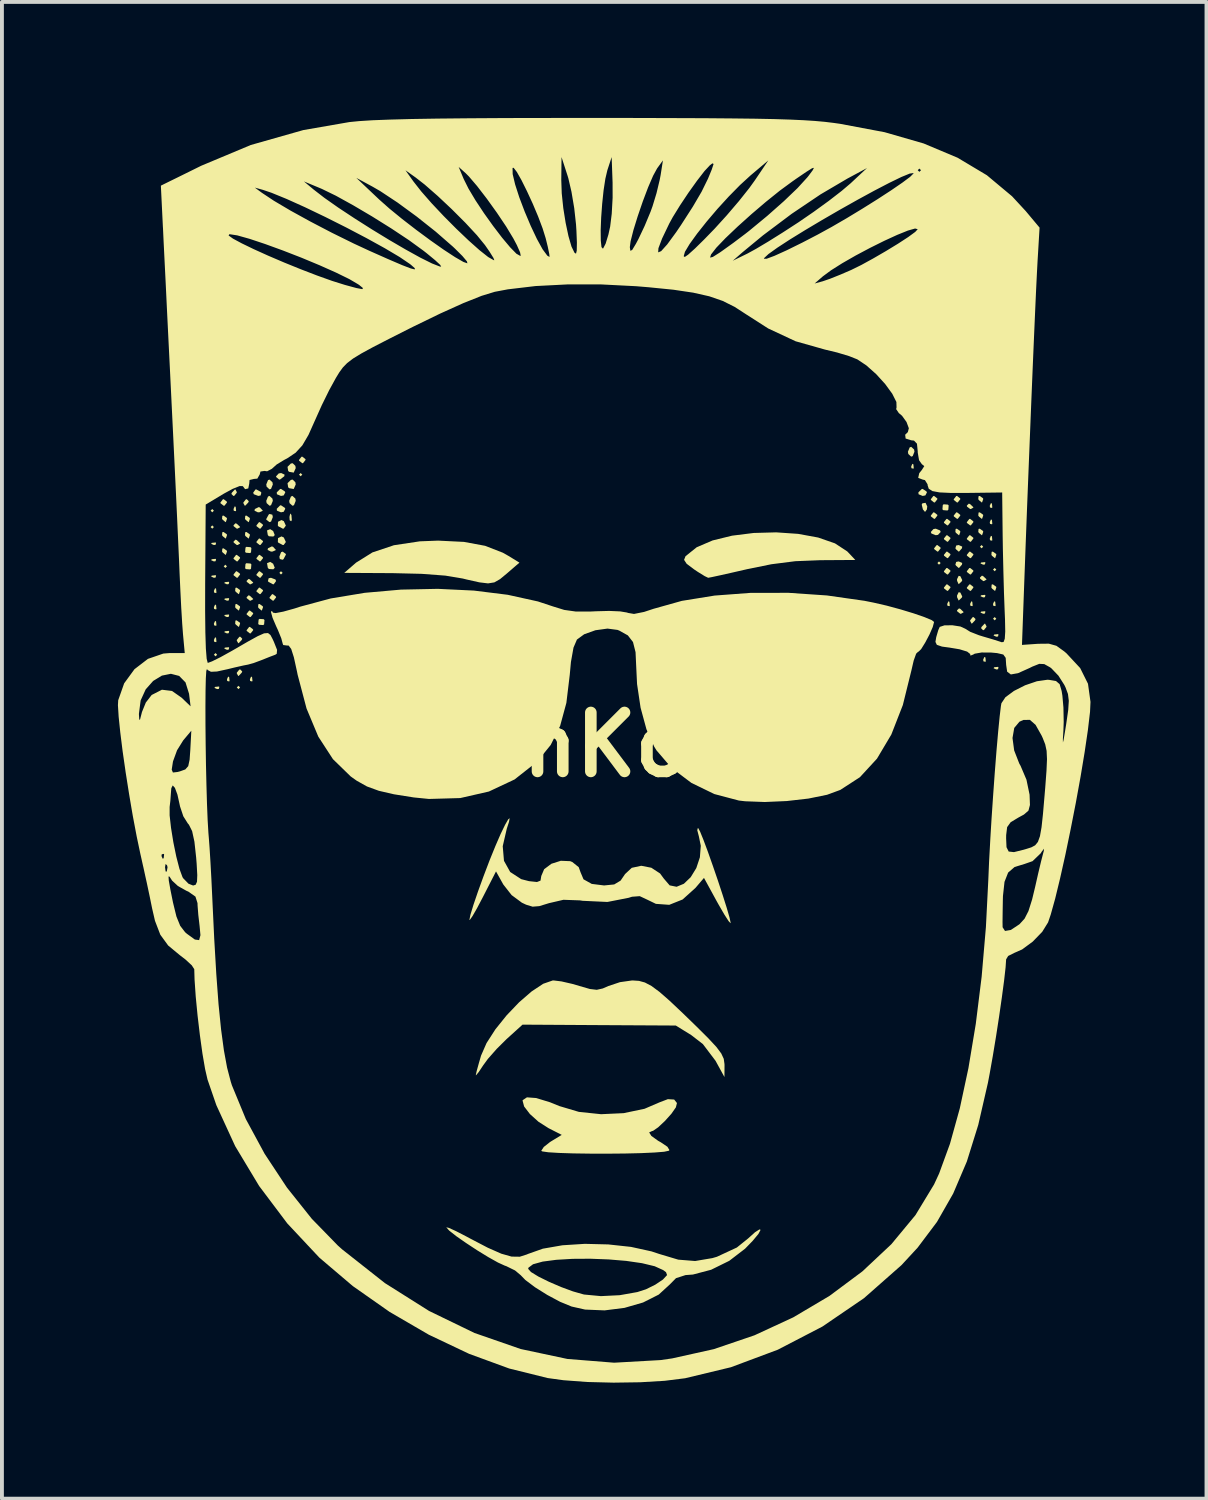
<source format=kicad_pcb>
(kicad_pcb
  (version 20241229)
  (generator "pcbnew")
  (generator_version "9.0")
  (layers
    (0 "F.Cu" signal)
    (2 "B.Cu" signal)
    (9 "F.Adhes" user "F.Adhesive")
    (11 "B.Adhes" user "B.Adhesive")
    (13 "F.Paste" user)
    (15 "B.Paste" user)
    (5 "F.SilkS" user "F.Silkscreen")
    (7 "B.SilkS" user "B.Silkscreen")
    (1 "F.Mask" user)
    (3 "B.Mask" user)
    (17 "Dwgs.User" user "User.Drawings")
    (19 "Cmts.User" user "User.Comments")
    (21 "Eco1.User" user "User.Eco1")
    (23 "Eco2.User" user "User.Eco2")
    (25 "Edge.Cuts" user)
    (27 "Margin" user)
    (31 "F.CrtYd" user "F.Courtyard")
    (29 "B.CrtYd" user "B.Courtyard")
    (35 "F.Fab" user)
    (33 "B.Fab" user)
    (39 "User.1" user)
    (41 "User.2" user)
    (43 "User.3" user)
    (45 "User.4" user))
  (footprint "KimKong"
    (layer "F.Cu")
    (at 12.557 16.211)
    (property "Reference" "KimKong" (at 0 0 0) (layer "F.SilkS") (effects (font (size 1.524 1.524) (thickness 0.3))))
    (attr through_hole)
    (fp_poly (pts (xy -10.075 -6.054) (xy -10.118 -6.011) (xy -10.16 -6.054) (xy -10.118 -6.096)) (stroke (width 0) (type solid)) (fill yes) (layer "F.SilkS"))
    (fp_poly (pts (xy -10.075 -5.63) (xy -10.118 -5.588) (xy -10.16 -5.63) (xy -10.118 -5.673)) (stroke (width 0) (type solid)) (fill yes) (layer "F.SilkS"))
    (fp_poly (pts (xy -9.991 -2.328) (xy -10.033 -2.286) (xy -10.075 -2.328) (xy -10.033 -2.371)) (stroke (width 0) (type solid)) (fill yes) (layer "F.SilkS"))
    (fp_poly (pts (xy -9.737 -4.614) (xy -9.779 -4.572) (xy -9.821 -4.614) (xy -9.779 -4.657)) (stroke (width 0) (type solid)) (fill yes) (layer "F.SilkS"))
    (fp_poly (pts (xy -9.398 -1.482) (xy -9.44 -1.439) (xy -9.483 -1.482) (xy -9.44 -1.524)) (stroke (width 0) (type solid)) (fill yes) (layer "F.SilkS"))
    (fp_poly (pts (xy -8.297 -4.445) (xy -8.34 -4.403) (xy -8.382 -4.445) (xy -8.34 -4.487)) (stroke (width 0) (type solid)) (fill yes) (layer "F.SilkS"))
    (fp_poly (pts (xy -7.789 -6.985) (xy -7.832 -6.943) (xy -7.874 -6.985) (xy -7.832 -7.027)) (stroke (width 0) (type solid)) (fill yes) (layer "F.SilkS"))
    (fp_poly (pts (xy 8.721 -4.699) (xy 8.678 -4.657) (xy 8.636 -4.699) (xy 8.678 -4.741)) (stroke (width 0) (type solid)) (fill yes) (layer "F.SilkS"))
    (fp_poly (pts (xy 9.821 -5.122) (xy 9.779 -5.08) (xy 9.737 -5.122) (xy 9.779 -5.165)) (stroke (width 0) (type solid)) (fill yes) (layer "F.SilkS"))
    (fp_poly (pts (xy 10.16 -4.53) (xy 10.118 -4.487) (xy 10.075 -4.53) (xy 10.118 -4.572)) (stroke (width 0) (type solid)) (fill yes) (layer "F.SilkS"))
    (fp_poly (pts (xy 10.16 -3.26) (xy 10.118 -3.217) (xy 10.075 -3.26) (xy 10.118 -3.302)) (stroke (width 0) (type solid)) (fill yes) (layer "F.SilkS"))
    (fp_poly (pts (xy -10.019 -5.221) (xy -10.031 -5.171) (xy -10.075 -5.165) (xy -10.145 -5.196) (xy -10.132 -5.221) (xy -10.031 -5.231)) (stroke (width 0) (type solid)) (fill yes) (layer "F.SilkS"))
    (fp_poly (pts (xy -10.019 -4.798) (xy -10.031 -4.747) (xy -10.075 -4.741) (xy -10.145 -4.772) (xy -10.132 -4.798) (xy -10.031 -4.808)) (stroke (width 0) (type solid)) (fill yes) (layer "F.SilkS"))
    (fp_poly (pts (xy -10.019 -4.374) (xy -10.031 -4.324) (xy -10.075 -4.318) (xy -10.145 -4.349) (xy -10.132 -4.374) (xy -10.031 -4.385)) (stroke (width 0) (type solid)) (fill yes) (layer "F.SilkS"))
    (fp_poly (pts (xy -10.019 -4.036) (xy -10.009 -3.935) (xy -10.019 -3.923) (xy -10.069 -3.935) (xy -10.075 -3.979) (xy -10.044 -4.049)) (stroke (width 0) (type solid)) (fill yes) (layer "F.SilkS"))
    (fp_poly (pts (xy -10.019 -3.612) (xy -10.009 -3.512) (xy -10.019 -3.5) (xy -10.069 -3.511) (xy -10.075 -3.556) (xy -10.044 -3.626)) (stroke (width 0) (type solid)) (fill yes) (layer "F.SilkS"))
    (fp_poly (pts (xy -10.019 -3.189) (xy -10.009 -3.089) (xy -10.019 -3.076) (xy -10.069 -3.088) (xy -10.075 -3.133) (xy -10.044 -3.202)) (stroke (width 0) (type solid)) (fill yes) (layer "F.SilkS"))
    (fp_poly (pts (xy -10.019 -2.766) (xy -10.009 -2.665) (xy -10.019 -2.653) (xy -10.069 -2.665) (xy -10.075 -2.709) (xy -10.044 -2.779)) (stroke (width 0) (type solid)) (fill yes) (layer "F.SilkS"))
    (fp_poly (pts (xy -9.934 -1.496) (xy -9.946 -1.445) (xy -9.991 -1.439) (xy -10.06 -1.47) (xy -10.047 -1.496) (xy -9.947 -1.506)) (stroke (width 0) (type solid)) (fill yes) (layer "F.SilkS"))
    (fp_poly (pts (xy -9.68 -4.205) (xy -9.692 -4.155) (xy -9.737 -4.149) (xy -9.806 -4.18) (xy -9.793 -4.205) (xy -9.693 -4.215)) (stroke (width 0) (type solid)) (fill yes) (layer "F.SilkS"))
    (fp_poly (pts (xy -9.68 -3.782) (xy -9.692 -3.731) (xy -9.737 -3.725) (xy -9.806 -3.756) (xy -9.793 -3.782) (xy -9.693 -3.792)) (stroke (width 0) (type solid)) (fill yes) (layer "F.SilkS"))
    (fp_poly (pts (xy -9.68 -3.358) (xy -9.692 -3.308) (xy -9.737 -3.302) (xy -9.806 -3.333) (xy -9.793 -3.358) (xy -9.693 -3.369)) (stroke (width 0) (type solid)) (fill yes) (layer "F.SilkS"))
    (fp_poly (pts (xy -9.68 -2.935) (xy -9.692 -2.885) (xy -9.737 -2.879) (xy -9.806 -2.91) (xy -9.793 -2.935) (xy -9.693 -2.945)) (stroke (width 0) (type solid)) (fill yes) (layer "F.SilkS"))
    (fp_poly (pts (xy -9.68 -2.512) (xy -9.692 -2.461) (xy -9.737 -2.455) (xy -9.806 -2.486) (xy -9.793 -2.512) (xy -9.693 -2.522)) (stroke (width 0) (type solid)) (fill yes) (layer "F.SilkS"))
    (fp_poly (pts (xy -9.68 -1.75) (xy -9.67 -1.649) (xy -9.68 -1.637) (xy -9.731 -1.649) (xy -9.737 -1.693) (xy -9.706 -1.763)) (stroke (width 0) (type solid)) (fill yes) (layer "F.SilkS"))
    (fp_poly (pts (xy -9.511 -6.152) (xy -9.501 -6.052) (xy -9.511 -6.04) (xy -9.561 -6.051) (xy -9.567 -6.096) (xy -9.536 -6.166)) (stroke (width 0) (type solid)) (fill yes) (layer "F.SilkS"))
    (fp_poly (pts (xy -9.088 -1.75) (xy -9.077 -1.649) (xy -9.088 -1.637) (xy -9.138 -1.649) (xy -9.144 -1.693) (xy -9.113 -1.763)) (stroke (width 0) (type solid)) (fill yes) (layer "F.SilkS"))
    (fp_poly (pts (xy -8.07 -5.943) (xy -8.06 -5.81) (xy -8.077 -5.78) (xy -8.115 -5.806) (xy -8.121 -5.891) (xy -8.101 -5.982)) (stroke (width 0) (type solid)) (fill yes) (layer "F.SilkS"))
    (fp_poly (pts (xy 8.015 -7.253) (xy 8.025 -7.153) (xy 8.015 -7.14) (xy 7.965 -7.152) (xy 7.959 -7.197) (xy 7.99 -7.266)) (stroke (width 0) (type solid)) (fill yes) (layer "F.SilkS"))
    (fp_poly (pts (xy 8.946 -3.697) (xy 8.957 -3.597) (xy 8.946 -3.584) (xy 8.896 -3.596) (xy 8.89 -3.641) (xy 8.921 -3.71)) (stroke (width 0) (type solid)) (fill yes) (layer "F.SilkS"))
    (fp_poly (pts (xy 9.539 -3.697) (xy 9.549 -3.597) (xy 9.539 -3.584) (xy 9.489 -3.596) (xy 9.483 -3.641) (xy 9.514 -3.71)) (stroke (width 0) (type solid)) (fill yes) (layer "F.SilkS"))
    (fp_poly (pts (xy 9.878 -4.713) (xy 9.866 -4.663) (xy 9.821 -4.657) (xy 9.752 -4.688) (xy 9.765 -4.713) (xy 9.865 -4.723)) (stroke (width 0) (type solid)) (fill yes) (layer "F.SilkS"))
    (fp_poly (pts (xy 9.878 -3.866) (xy 9.866 -3.816) (xy 9.821 -3.81) (xy 9.752 -3.841) (xy 9.765 -3.866) (xy 9.865 -3.877)) (stroke (width 0) (type solid)) (fill yes) (layer "F.SilkS"))
    (fp_poly (pts (xy 9.878 -3.443) (xy 9.866 -3.393) (xy 9.821 -3.387) (xy 9.752 -3.418) (xy 9.765 -3.443) (xy 9.865 -3.453)) (stroke (width 0) (type solid)) (fill yes) (layer "F.SilkS"))
    (fp_poly (pts (xy 9.878 -2.258) (xy 9.888 -2.157) (xy 9.878 -2.145) (xy 9.827 -2.157) (xy 9.821 -2.201) (xy 9.852 -2.271)) (stroke (width 0) (type solid)) (fill yes) (layer "F.SilkS"))
    (fp_poly (pts (xy 10.047 -6.237) (xy 10.057 -6.137) (xy 10.047 -6.124) (xy 9.997 -6.136) (xy 9.991 -6.181) (xy 10.022 -6.25)) (stroke (width 0) (type solid)) (fill yes) (layer "F.SilkS"))
    (fp_poly (pts (xy 10.047 -5.814) (xy 10.057 -5.713) (xy 10.047 -5.701) (xy 9.997 -5.713) (xy 9.991 -5.757) (xy 10.022 -5.827)) (stroke (width 0) (type solid)) (fill yes) (layer "F.SilkS"))
    (fp_poly (pts (xy 10.047 -5.39) (xy 10.057 -5.29) (xy 10.047 -5.278) (xy 9.997 -5.289) (xy 9.991 -5.334) (xy 10.022 -5.404)) (stroke (width 0) (type solid)) (fill yes) (layer "F.SilkS"))
    (fp_poly (pts (xy 10.132 -3.697) (xy 10.142 -3.597) (xy 10.132 -3.584) (xy 10.081 -3.596) (xy 10.075 -3.641) (xy 10.106 -3.71)) (stroke (width 0) (type solid)) (fill yes) (layer "F.SilkS"))
    (fp_poly (pts (xy 10.216 -2.85) (xy 10.205 -2.8) (xy 10.16 -2.794) (xy 10.09 -2.825) (xy 10.104 -2.85) (xy 10.204 -2.861)) (stroke (width 0) (type solid)) (fill yes) (layer "F.SilkS"))
    (fp_poly (pts (xy 10.216 -2.004) (xy 10.205 -1.953) (xy 10.16 -1.947) (xy 10.09 -1.978) (xy 10.104 -2.004) (xy 10.204 -2.014)) (stroke (width 0) (type solid)) (fill yes) (layer "F.SilkS"))
    (fp_poly (pts (xy -8.884 -6.135) (xy -8.809 -6.053) (xy -8.895 -6.013) (xy -8.937 -6.011) (xy -9.025 -6.053) (xy -9.016 -6.097) (xy -8.915 -6.146)) (stroke (width 0) (type solid)) (fill yes) (layer "F.SilkS"))
    (fp_poly (pts (xy -8.545 -5.119) (xy -8.47 -5.037) (xy -8.556 -4.997) (xy -8.599 -4.995) (xy -8.686 -5.037) (xy -8.677 -5.081) (xy -8.576 -5.13)) (stroke (width 0) (type solid)) (fill yes) (layer "F.SilkS"))
    (fp_poly (pts (xy -8.543 -5.528) (xy -8.501 -5.422) (xy -8.538 -5.385) (xy -8.653 -5.392) (xy -8.681 -5.423) (xy -8.701 -5.543) (xy -8.619 -5.575)) (stroke (width 0) (type solid)) (fill yes) (layer "F.SilkS"))
    (fp_poly (pts (xy -8.543 -4.682) (xy -8.501 -4.576) (xy -8.538 -4.538) (xy -8.653 -4.545) (xy -8.681 -4.576) (xy -8.701 -4.696) (xy -8.619 -4.729)) (stroke (width 0) (type solid)) (fill yes) (layer "F.SilkS"))
    (fp_poly (pts (xy 8.374 -6.163) (xy 8.364 -6.084) (xy 8.317 -6.021) (xy 8.262 -6.085) (xy 8.231 -6.209) (xy 8.247 -6.243) (xy 8.33 -6.257)) (stroke (width 0) (type solid)) (fill yes) (layer "F.SilkS"))
    (fp_poly (pts (xy 9.23 -4.359) (xy 9.279 -4.258) (xy 9.267 -4.227) (xy 9.186 -4.152) (xy 9.146 -4.238) (xy 9.144 -4.281) (xy 9.186 -4.368)) (stroke (width 0) (type solid)) (fill yes) (layer "F.SilkS"))
    (fp_poly (pts (xy 9.23 -3.936) (xy 9.279 -3.835) (xy 9.267 -3.804) (xy 9.186 -3.729) (xy 9.146 -3.815) (xy 9.144 -3.857) (xy 9.186 -3.945)) (stroke (width 0) (type solid)) (fill yes) (layer "F.SilkS"))
    (fp_poly (pts (xy -9.74 -5.865) (xy -9.737 -5.842) (xy -9.766 -5.76) (xy -9.774 -5.757) (xy -9.846 -5.817) (xy -9.864 -5.842) (xy -9.857 -5.92) (xy -9.826 -5.927)) (stroke (width 0) (type solid)) (fill yes) (layer "F.SilkS"))
    (fp_poly (pts (xy -9.74 -5.442) (xy -9.737 -5.419) (xy -9.766 -5.336) (xy -9.774 -5.334) (xy -9.846 -5.393) (xy -9.864 -5.419) (xy -9.857 -5.497) (xy -9.826 -5.503)) (stroke (width 0) (type solid)) (fill yes) (layer "F.SilkS"))
    (fp_poly (pts (xy -9.74 -5.019) (xy -9.737 -4.995) (xy -9.766 -4.913) (xy -9.774 -4.911) (xy -9.846 -4.97) (xy -9.864 -4.995) (xy -9.857 -5.073) (xy -9.826 -5.08)) (stroke (width 0) (type solid)) (fill yes) (layer "F.SilkS"))
    (fp_poly (pts (xy -9.739 -6.286) (xy -9.737 -6.265) (xy -9.801 -6.183) (xy -9.821 -6.181) (xy -9.904 -6.245) (xy -9.906 -6.265) (xy -9.842 -6.348) (xy -9.821 -6.35)) (stroke (width 0) (type solid)) (fill yes) (layer "F.SilkS"))
    (fp_poly (pts (xy -9.484 -6.538) (xy -9.483 -6.519) (xy -9.548 -6.438) (xy -9.572 -6.435) (xy -9.623 -6.487) (xy -9.61 -6.519) (xy -9.534 -6.6) (xy -9.52 -6.604)) (stroke (width 0) (type solid)) (fill yes) (layer "F.SilkS"))
    (fp_poly (pts (xy -9.483 -5.715) (xy -9.402 -5.639) (xy -9.398 -5.625) (xy -9.464 -5.589) (xy -9.483 -5.588) (xy -9.564 -5.653) (xy -9.567 -5.678) (xy -9.515 -5.728)) (stroke (width 0) (type solid)) (fill yes) (layer "F.SilkS"))
    (fp_poly (pts (xy -9.483 -5.292) (xy -9.402 -5.216) (xy -9.398 -5.202) (xy -9.464 -5.166) (xy -9.483 -5.165) (xy -9.564 -5.23) (xy -9.567 -5.254) (xy -9.515 -5.305)) (stroke (width 0) (type solid)) (fill yes) (layer "F.SilkS"))
    (fp_poly (pts (xy -9.401 -4.003) (xy -9.398 -3.979) (xy -9.427 -3.897) (xy -9.435 -3.895) (xy -9.508 -3.954) (xy -9.525 -3.979) (xy -9.518 -4.057) (xy -9.488 -4.064)) (stroke (width 0) (type solid)) (fill yes) (layer "F.SilkS"))
    (fp_poly (pts (xy -9.401 -3.579) (xy -9.398 -3.556) (xy -9.427 -3.474) (xy -9.435 -3.471) (xy -9.508 -3.531) (xy -9.525 -3.556) (xy -9.518 -3.634) (xy -9.488 -3.641)) (stroke (width 0) (type solid)) (fill yes) (layer "F.SilkS"))
    (fp_poly (pts (xy -9.401 -3.156) (xy -9.398 -3.133) (xy -9.427 -3.05) (xy -9.435 -3.048) (xy -9.508 -3.107) (xy -9.525 -3.133) (xy -9.518 -3.211) (xy -9.488 -3.217)) (stroke (width 0) (type solid)) (fill yes) (layer "F.SilkS"))
    (fp_poly (pts (xy -9.4 -4.846) (xy -9.398 -4.826) (xy -9.462 -4.744) (xy -9.483 -4.741) (xy -9.565 -4.806) (xy -9.567 -4.826) (xy -9.503 -4.908) (xy -9.483 -4.911)) (stroke (width 0) (type solid)) (fill yes) (layer "F.SilkS"))
    (fp_poly (pts (xy -9.4 -4.423) (xy -9.398 -4.403) (xy -9.462 -4.32) (xy -9.483 -4.318) (xy -9.565 -4.382) (xy -9.567 -4.403) (xy -9.503 -4.485) (xy -9.483 -4.487)) (stroke (width 0) (type solid)) (fill yes) (layer "F.SilkS"))
    (fp_poly (pts (xy -9.342 -2.742) (xy -9.356 -2.709) (xy -9.432 -2.629) (xy -9.445 -2.625) (xy -9.482 -2.69) (xy -9.483 -2.709) (xy -9.418 -2.791) (xy -9.393 -2.794)) (stroke (width 0) (type solid)) (fill yes) (layer "F.SilkS"))
    (fp_poly (pts (xy -9.342 -1.895) (xy -9.356 -1.863) (xy -9.432 -1.782) (xy -9.445 -1.778) (xy -9.482 -1.844) (xy -9.483 -1.863) (xy -9.418 -1.944) (xy -9.393 -1.947)) (stroke (width 0) (type solid)) (fill yes) (layer "F.SilkS"))
    (fp_poly (pts (xy -9.173 -6.298) (xy -9.186 -6.265) (xy -9.262 -6.185) (xy -9.276 -6.181) (xy -9.312 -6.246) (xy -9.313 -6.265) (xy -9.248 -6.347) (xy -9.224 -6.35)) (stroke (width 0) (type solid)) (fill yes) (layer "F.SilkS"))
    (fp_poly (pts (xy -9.147 -5.865) (xy -9.144 -5.842) (xy -9.173 -5.76) (xy -9.181 -5.757) (xy -9.254 -5.817) (xy -9.271 -5.842) (xy -9.264 -5.92) (xy -9.234 -5.927)) (stroke (width 0) (type solid)) (fill yes) (layer "F.SilkS"))
    (fp_poly (pts (xy -9.147 -5.442) (xy -9.144 -5.419) (xy -9.173 -5.336) (xy -9.181 -5.334) (xy -9.254 -5.393) (xy -9.271 -5.419) (xy -9.264 -5.497) (xy -9.234 -5.503)) (stroke (width 0) (type solid)) (fill yes) (layer "F.SilkS"))
    (fp_poly (pts (xy -9.144 -4.276) (xy -9.063 -4.2) (xy -9.059 -4.186) (xy -9.125 -4.15) (xy -9.144 -4.149) (xy -9.225 -4.214) (xy -9.229 -4.238) (xy -9.177 -4.289)) (stroke (width 0) (type solid)) (fill yes) (layer "F.SilkS"))
    (fp_poly (pts (xy -9.144 -3.852) (xy -9.063 -3.776) (xy -9.059 -3.763) (xy -9.125 -3.726) (xy -9.144 -3.725) (xy -9.225 -3.79) (xy -9.229 -3.815) (xy -9.177 -3.866)) (stroke (width 0) (type solid)) (fill yes) (layer "F.SilkS"))
    (fp_poly (pts (xy -9.125 -5.109) (xy -9.106 -5.087) (xy -9.115 -4.977) (xy -9.137 -4.957) (xy -9.247 -4.966) (xy -9.267 -4.988) (xy -9.258 -5.099) (xy -9.236 -5.118)) (stroke (width 0) (type solid)) (fill yes) (layer "F.SilkS"))
    (fp_poly (pts (xy -9.125 -4.686) (xy -9.106 -4.664) (xy -9.115 -4.553) (xy -9.137 -4.534) (xy -9.247 -4.543) (xy -9.267 -4.565) (xy -9.258 -4.675) (xy -9.236 -4.695)) (stroke (width 0) (type solid)) (fill yes) (layer "F.SilkS"))
    (fp_poly (pts (xy -9.062 -3.407) (xy -9.059 -3.387) (xy -9.124 -3.304) (xy -9.144 -3.302) (xy -9.226 -3.366) (xy -9.229 -3.387) (xy -9.164 -3.469) (xy -9.144 -3.471)) (stroke (width 0) (type solid)) (fill yes) (layer "F.SilkS"))
    (fp_poly (pts (xy -9.062 -2.984) (xy -9.059 -2.963) (xy -9.124 -2.881) (xy -9.144 -2.879) (xy -9.226 -2.943) (xy -9.229 -2.963) (xy -9.164 -3.046) (xy -9.144 -3.048)) (stroke (width 0) (type solid)) (fill yes) (layer "F.SilkS"))
    (fp_poly (pts (xy -8.865 -6.542) (xy -8.848 -6.519) (xy -8.867 -6.447) (xy -8.927 -6.435) (xy -9.043 -6.479) (xy -9.059 -6.519) (xy -8.999 -6.602) (xy -8.98 -6.604)) (stroke (width 0) (type solid)) (fill yes) (layer "F.SilkS"))
    (fp_poly (pts (xy -8.809 -3.579) (xy -8.805 -3.556) (xy -8.834 -3.474) (xy -8.843 -3.471) (xy -8.915 -3.531) (xy -8.932 -3.556) (xy -8.926 -3.634) (xy -8.895 -3.641)) (stroke (width 0) (type solid)) (fill yes) (layer "F.SilkS"))
    (fp_poly (pts (xy -8.808 -5.693) (xy -8.805 -5.673) (xy -8.87 -5.59) (xy -8.89 -5.588) (xy -8.972 -5.652) (xy -8.975 -5.673) (xy -8.91 -5.755) (xy -8.89 -5.757)) (stroke (width 0) (type solid)) (fill yes) (layer "F.SilkS"))
    (fp_poly (pts (xy -8.808 -5.27) (xy -8.805 -5.249) (xy -8.87 -5.167) (xy -8.89 -5.165) (xy -8.972 -5.229) (xy -8.975 -5.249) (xy -8.91 -5.332) (xy -8.89 -5.334)) (stroke (width 0) (type solid)) (fill yes) (layer "F.SilkS"))
    (fp_poly (pts (xy -8.808 -4.846) (xy -8.805 -4.826) (xy -8.87 -4.744) (xy -8.89 -4.741) (xy -8.972 -4.806) (xy -8.975 -4.826) (xy -8.91 -4.908) (xy -8.89 -4.911)) (stroke (width 0) (type solid)) (fill yes) (layer "F.SilkS"))
    (fp_poly (pts (xy -8.808 -4.423) (xy -8.805 -4.403) (xy -8.87 -4.32) (xy -8.89 -4.318) (xy -8.972 -4.382) (xy -8.975 -4.403) (xy -8.91 -4.485) (xy -8.89 -4.487)) (stroke (width 0) (type solid)) (fill yes) (layer "F.SilkS"))
    (fp_poly (pts (xy -8.808 -4) (xy -8.805 -3.979) (xy -8.87 -3.897) (xy -8.89 -3.895) (xy -8.972 -3.959) (xy -8.975 -3.979) (xy -8.91 -4.062) (xy -8.89 -4.064)) (stroke (width 0) (type solid)) (fill yes) (layer "F.SilkS"))
    (fp_poly (pts (xy -8.787 -3.247) (xy -8.767 -3.225) (xy -8.776 -3.114) (xy -8.798 -3.095) (xy -8.909 -3.103) (xy -8.928 -3.125) (xy -8.919 -3.236) (xy -8.897 -3.255)) (stroke (width 0) (type solid)) (fill yes) (layer "F.SilkS"))
    (fp_poly (pts (xy -8.564 -5.95) (xy -8.551 -5.889) (xy -8.596 -5.773) (xy -8.636 -5.757) (xy -8.718 -5.818) (xy -8.721 -5.837) (xy -8.659 -5.952) (xy -8.636 -5.969)) (stroke (width 0) (type solid)) (fill yes) (layer "F.SilkS"))
    (fp_poly (pts (xy -8.561 -6.789) (xy -8.551 -6.731) (xy -8.597 -6.618) (xy -8.636 -6.604) (xy -8.711 -6.673) (xy -8.721 -6.731) (xy -8.675 -6.844) (xy -8.636 -6.858)) (stroke (width 0) (type solid)) (fill yes) (layer "F.SilkS"))
    (fp_poly (pts (xy -8.561 -6.366) (xy -8.551 -6.308) (xy -8.597 -6.195) (xy -8.636 -6.181) (xy -8.711 -6.249) (xy -8.721 -6.308) (xy -8.675 -6.42) (xy -8.636 -6.435)) (stroke (width 0) (type solid)) (fill yes) (layer "F.SilkS"))
    (fp_poly (pts (xy -8.483 -4.274) (xy -8.467 -4.233) (xy -8.527 -4.151) (xy -8.546 -4.149) (xy -8.661 -4.21) (xy -8.678 -4.233) (xy -8.659 -4.306) (xy -8.599 -4.318)) (stroke (width 0) (type solid)) (fill yes) (layer "F.SilkS"))
    (fp_poly (pts (xy -8.469 -3.83) (xy -8.467 -3.81) (xy -8.531 -3.728) (xy -8.551 -3.725) (xy -8.634 -3.79) (xy -8.636 -3.81) (xy -8.572 -3.892) (xy -8.551 -3.895)) (stroke (width 0) (type solid)) (fill yes) (layer "F.SilkS"))
    (fp_poly (pts (xy -8.267 -5.783) (xy -8.214 -5.667) (xy -8.269 -5.591) (xy -8.292 -5.588) (xy -8.408 -5.649) (xy -8.421 -5.667) (xy -8.417 -5.767) (xy -8.327 -5.811)) (stroke (width 0) (type solid)) (fill yes) (layer "F.SilkS"))
    (fp_poly (pts (xy -8.267 -5.36) (xy -8.214 -5.243) (xy -8.269 -5.168) (xy -8.292 -5.165) (xy -8.408 -5.226) (xy -8.421 -5.243) (xy -8.417 -5.344) (xy -8.327 -5.388)) (stroke (width 0) (type solid)) (fill yes) (layer "F.SilkS"))
    (fp_poly (pts (xy -8.247 -6.986) (xy -8.255 -6.943) (xy -8.363 -6.861) (xy -8.387 -6.858) (xy -8.464 -6.923) (xy -8.467 -6.943) (xy -8.398 -7.017) (xy -8.335 -7.027)) (stroke (width 0) (type solid)) (fill yes) (layer "F.SilkS"))
    (fp_poly (pts (xy -8.24 -6.551) (xy -8.229 -6.526) (xy -8.27 -6.448) (xy -8.34 -6.435) (xy -8.445 -6.478) (xy -8.45 -6.526) (xy -8.363 -6.613) (xy -8.34 -6.617)) (stroke (width 0) (type solid)) (fill yes) (layer "F.SilkS"))
    (fp_poly (pts (xy -8.24 -6.127) (xy -8.229 -6.102) (xy -8.27 -6.025) (xy -8.34 -6.011) (xy -8.445 -6.054) (xy -8.45 -6.102) (xy -8.363 -6.19) (xy -8.34 -6.193)) (stroke (width 0) (type solid)) (fill yes) (layer "F.SilkS"))
    (fp_poly (pts (xy -8.215 -4.935) (xy -8.213 -4.916) (xy -8.274 -4.801) (xy -8.297 -4.784) (xy -8.37 -4.803) (xy -8.382 -4.863) (xy -8.338 -4.979) (xy -8.297 -4.995)) (stroke (width 0) (type solid)) (fill yes) (layer "F.SilkS"))
    (fp_poly (pts (xy -7.968 -6.366) (xy -7.959 -6.308) (xy -8.004 -6.195) (xy -8.043 -6.181) (xy -8.118 -6.249) (xy -8.128 -6.308) (xy -8.082 -6.42) (xy -8.043 -6.435)) (stroke (width 0) (type solid)) (fill yes) (layer "F.SilkS"))
    (fp_poly (pts (xy -7.968 -7.213) (xy -7.959 -7.154) (xy -8.011 -7.038) (xy -8.128 -7.058) (xy -8.154 -7.081) (xy -8.171 -7.187) (xy -8.085 -7.273) (xy -8.038 -7.281)) (stroke (width 0) (type solid)) (fill yes) (layer "F.SilkS"))
    (fp_poly (pts (xy -7.968 -6.789) (xy -7.959 -6.731) (xy -8.011 -6.614) (xy -8.128 -6.635) (xy -8.154 -6.658) (xy -8.171 -6.764) (xy -8.085 -6.849) (xy -8.038 -6.858)) (stroke (width 0) (type solid)) (fill yes) (layer "F.SilkS"))
    (fp_poly (pts (xy -7.707 -7.386) (xy -7.705 -7.366) (xy -7.769 -7.284) (xy -7.789 -7.281) (xy -7.872 -7.346) (xy -7.874 -7.366) (xy -7.81 -7.448) (xy -7.789 -7.451)) (stroke (width 0) (type solid)) (fill yes) (layer "F.SilkS"))
    (fp_poly (pts (xy 8.034 -7.636) (xy 8.043 -7.578) (xy 7.998 -7.465) (xy 7.959 -7.451) (xy 7.884 -7.519) (xy 7.874 -7.578) (xy 7.92 -7.69) (xy 7.959 -7.705)) (stroke (width 0) (type solid)) (fill yes) (layer "F.SilkS"))
    (fp_poly (pts (xy 8.354 -6.551) (xy 8.366 -6.526) (xy 8.325 -6.448) (xy 8.255 -6.435) (xy 8.15 -6.478) (xy 8.144 -6.526) (xy 8.232 -6.613) (xy 8.255 -6.617)) (stroke (width 0) (type solid)) (fill yes) (layer "F.SilkS"))
    (fp_poly (pts (xy 8.634 -6.37) (xy 8.636 -6.35) (xy 8.572 -6.268) (xy 8.551 -6.265) (xy 8.469 -6.33) (xy 8.467 -6.35) (xy 8.531 -6.432) (xy 8.551 -6.435)) (stroke (width 0) (type solid)) (fill yes) (layer "F.SilkS"))
    (fp_poly (pts (xy 8.634 -5.947) (xy 8.636 -5.927) (xy 8.572 -5.844) (xy 8.551 -5.842) (xy 8.469 -5.906) (xy 8.467 -5.927) (xy 8.531 -6.009) (xy 8.551 -6.011)) (stroke (width 0) (type solid)) (fill yes) (layer "F.SilkS"))
    (fp_poly (pts (xy 8.706 -5.542) (xy 8.721 -5.503) (xy 8.652 -5.428) (xy 8.594 -5.419) (xy 8.481 -5.464) (xy 8.467 -5.503) (xy 8.535 -5.578) (xy 8.594 -5.588)) (stroke (width 0) (type solid)) (fill yes) (layer "F.SilkS"))
    (fp_poly (pts (xy 8.718 -5.1) (xy 8.721 -5.08) (xy 8.656 -4.998) (xy 8.636 -4.995) (xy 8.554 -5.06) (xy 8.551 -5.08) (xy 8.616 -5.162) (xy 8.636 -5.165)) (stroke (width 0) (type solid)) (fill yes) (layer "F.SilkS"))
    (fp_poly (pts (xy 8.909 -6.21) (xy 8.928 -6.188) (xy 8.919 -6.077) (xy 8.897 -6.058) (xy 8.787 -6.067) (xy 8.767 -6.089) (xy 8.776 -6.199) (xy 8.798 -6.219)) (stroke (width 0) (type solid)) (fill yes) (layer "F.SilkS"))
    (fp_poly (pts (xy 8.972 -5.778) (xy 8.975 -5.757) (xy 8.91 -5.675) (xy 8.89 -5.673) (xy 8.808 -5.737) (xy 8.805 -5.757) (xy 8.87 -5.84) (xy 8.89 -5.842)) (stroke (width 0) (type solid)) (fill yes) (layer "F.SilkS"))
    (fp_poly (pts (xy 8.972 -5.354) (xy 8.975 -5.334) (xy 8.91 -5.252) (xy 8.89 -5.249) (xy 8.808 -5.314) (xy 8.805 -5.334) (xy 8.87 -5.416) (xy 8.89 -5.419)) (stroke (width 0) (type solid)) (fill yes) (layer "F.SilkS"))
    (fp_poly (pts (xy 8.972 -4.931) (xy 8.975 -4.911) (xy 8.91 -4.828) (xy 8.89 -4.826) (xy 8.808 -4.89) (xy 8.805 -4.911) (xy 8.87 -4.993) (xy 8.89 -4.995)) (stroke (width 0) (type solid)) (fill yes) (layer "F.SilkS"))
    (fp_poly (pts (xy 8.972 -4.508) (xy 8.975 -4.487) (xy 8.91 -4.405) (xy 8.89 -4.403) (xy 8.808 -4.467) (xy 8.805 -4.487) (xy 8.87 -4.57) (xy 8.89 -4.572)) (stroke (width 0) (type solid)) (fill yes) (layer "F.SilkS"))
    (fp_poly (pts (xy 8.972 -4.084) (xy 8.975 -4.064) (xy 8.91 -3.982) (xy 8.89 -3.979) (xy 8.808 -4.044) (xy 8.805 -4.064) (xy 8.87 -4.146) (xy 8.89 -4.149)) (stroke (width 0) (type solid)) (fill yes) (layer "F.SilkS"))
    (fp_poly (pts (xy 9.225 -5.527) (xy 9.229 -5.503) (xy 9.2 -5.421) (xy 9.191 -5.419) (xy 9.119 -5.478) (xy 9.102 -5.503) (xy 9.108 -5.581) (xy 9.139 -5.588)) (stroke (width 0) (type solid)) (fill yes) (layer "F.SilkS"))
    (fp_poly (pts (xy 9.226 -6.37) (xy 9.229 -6.35) (xy 9.164 -6.268) (xy 9.144 -6.265) (xy 9.062 -6.33) (xy 9.059 -6.35) (xy 9.124 -6.432) (xy 9.144 -6.435)) (stroke (width 0) (type solid)) (fill yes) (layer "F.SilkS"))
    (fp_poly (pts (xy 9.226 -5.947) (xy 9.229 -5.927) (xy 9.164 -5.844) (xy 9.144 -5.842) (xy 9.062 -5.906) (xy 9.059 -5.927) (xy 9.124 -6.009) (xy 9.144 -6.011)) (stroke (width 0) (type solid)) (fill yes) (layer "F.SilkS"))
    (fp_poly (pts (xy 9.229 -3.514) (xy 9.309 -3.438) (xy 9.313 -3.424) (xy 9.248 -3.388) (xy 9.229 -3.387) (xy 9.147 -3.452) (xy 9.144 -3.476) (xy 9.196 -3.527)) (stroke (width 0) (type solid)) (fill yes) (layer "F.SilkS"))
    (fp_poly (pts (xy 9.278 -5.125) (xy 9.271 -5.08) (xy 9.199 -4.999) (xy 9.186 -4.995) (xy 9.119 -5.054) (xy 9.102 -5.08) (xy 9.122 -5.152) (xy 9.186 -5.165)) (stroke (width 0) (type solid)) (fill yes) (layer "F.SilkS"))
    (fp_poly (pts (xy 9.278 -4.702) (xy 9.271 -4.657) (xy 9.199 -4.576) (xy 9.186 -4.572) (xy 9.119 -4.631) (xy 9.102 -4.657) (xy 9.122 -4.728) (xy 9.186 -4.741)) (stroke (width 0) (type solid)) (fill yes) (layer "F.SilkS"))
    (fp_poly (pts (xy 9.483 -6.223) (xy 9.563 -6.147) (xy 9.567 -6.133) (xy 9.502 -6.097) (xy 9.483 -6.096) (xy 9.401 -6.161) (xy 9.398 -6.186) (xy 9.45 -6.236)) (stroke (width 0) (type solid)) (fill yes) (layer "F.SilkS"))
    (fp_poly (pts (xy 9.565 -5.778) (xy 9.567 -5.757) (xy 9.503 -5.675) (xy 9.483 -5.673) (xy 9.4 -5.737) (xy 9.398 -5.757) (xy 9.462 -5.84) (xy 9.483 -5.842)) (stroke (width 0) (type solid)) (fill yes) (layer "F.SilkS"))
    (fp_poly (pts (xy 9.565 -5.354) (xy 9.567 -5.334) (xy 9.503 -5.252) (xy 9.483 -5.249) (xy 9.4 -5.314) (xy 9.398 -5.334) (xy 9.462 -5.416) (xy 9.483 -5.419)) (stroke (width 0) (type solid)) (fill yes) (layer "F.SilkS"))
    (fp_poly (pts (xy 9.565 -4.931) (xy 9.567 -4.911) (xy 9.503 -4.828) (xy 9.483 -4.826) (xy 9.4 -4.89) (xy 9.398 -4.911) (xy 9.462 -4.993) (xy 9.483 -4.995)) (stroke (width 0) (type solid)) (fill yes) (layer "F.SilkS"))
    (fp_poly (pts (xy 9.565 -4.508) (xy 9.567 -4.487) (xy 9.503 -4.405) (xy 9.483 -4.403) (xy 9.4 -4.467) (xy 9.398 -4.487) (xy 9.462 -4.57) (xy 9.483 -4.572)) (stroke (width 0) (type solid)) (fill yes) (layer "F.SilkS"))
    (fp_poly (pts (xy 9.565 -4.084) (xy 9.567 -4.064) (xy 9.503 -3.982) (xy 9.483 -3.979) (xy 9.4 -4.044) (xy 9.398 -4.064) (xy 9.462 -4.146) (xy 9.483 -4.149)) (stroke (width 0) (type solid)) (fill yes) (layer "F.SilkS"))
    (fp_poly (pts (xy 9.623 -3.25) (xy 9.61 -3.217) (xy 9.534 -3.137) (xy 9.52 -3.133) (xy 9.484 -3.198) (xy 9.483 -3.217) (xy 9.548 -3.299) (xy 9.572 -3.302)) (stroke (width 0) (type solid)) (fill yes) (layer "F.SilkS"))
    (fp_poly (pts (xy 9.818 -6.373) (xy 9.821 -6.35) (xy 9.792 -6.268) (xy 9.784 -6.265) (xy 9.712 -6.325) (xy 9.694 -6.35) (xy 9.701 -6.428) (xy 9.732 -6.435)) (stroke (width 0) (type solid)) (fill yes) (layer "F.SilkS"))
    (fp_poly (pts (xy 9.818 -5.95) (xy 9.821 -5.927) (xy 9.792 -5.844) (xy 9.784 -5.842) (xy 9.712 -5.901) (xy 9.694 -5.927) (xy 9.701 -6.005) (xy 9.732 -6.011)) (stroke (width 0) (type solid)) (fill yes) (layer "F.SilkS"))
    (fp_poly (pts (xy 9.818 -5.527) (xy 9.821 -5.503) (xy 9.792 -5.421) (xy 9.784 -5.419) (xy 9.712 -5.478) (xy 9.694 -5.503) (xy 9.701 -5.581) (xy 9.732 -5.588)) (stroke (width 0) (type solid)) (fill yes) (layer "F.SilkS"))
    (fp_poly (pts (xy 9.821 -4.36) (xy 9.902 -4.284) (xy 9.906 -4.271) (xy 9.84 -4.234) (xy 9.821 -4.233) (xy 9.74 -4.298) (xy 9.737 -4.323) (xy 9.789 -4.374)) (stroke (width 0) (type solid)) (fill yes) (layer "F.SilkS"))
    (fp_poly (pts (xy 9.905 -3.067) (xy 9.906 -3.048) (xy 9.841 -2.967) (xy 9.816 -2.963) (xy 9.766 -3.015) (xy 9.779 -3.048) (xy 9.855 -3.129) (xy 9.869 -3.133)) (stroke (width 0) (type solid)) (fill yes) (layer "F.SilkS"))
    (fp_poly (pts (xy 10.157 -4.934) (xy 10.16 -4.911) (xy 10.131 -4.828) (xy 10.123 -4.826) (xy 10.05 -4.885) (xy 10.033 -4.911) (xy 10.04 -4.989) (xy 10.07 -4.995)) (stroke (width 0) (type solid)) (fill yes) (layer "F.SilkS"))
    (fp_poly (pts (xy 10.157 -4.087) (xy 10.16 -4.064) (xy 10.131 -3.982) (xy 10.123 -3.979) (xy 10.05 -4.039) (xy 10.033 -4.064) (xy 10.04 -4.142) (xy 10.07 -4.149)) (stroke (width 0) (type solid)) (fill yes) (layer "F.SilkS"))
    (fp_poly (pts (xy -3.606 -5.246) (xy -3.061 -5.145) (xy -2.606 -4.968) (xy -2.462 -4.887) (xy -2.173 -4.71) (xy -2.498 -4.429) (xy -2.675 -4.283) (xy -2.822 -4.199) (xy -2.985 -4.173) (xy -3.209 -4.2) (xy -3.54 -4.274) (xy -3.641 -4.299) (xy -4.09 -4.374) (xy -4.701 -4.42) (xy -5.448 -4.438) (xy -6.704 -4.445) (xy -6.398 -4.71) (xy -5.975 -4.974) (xy -5.419 -5.16) (xy -4.748 -5.261) (xy -4.276 -5.279)) (stroke (width 0) (type solid)) (fill yes) (layer "F.SilkS"))
    (fp_poly (pts (xy 5.034 -5.454) (xy 5.553 -5.359) (xy 5.988 -5.208) (xy 6.305 -5) (xy 6.331 -4.973) (xy 6.514 -4.779) (xy 5.606 -4.773) (xy 4.962 -4.747) (xy 4.342 -4.668) (xy 3.726 -4.543) (xy 3.342 -4.455) (xy 3.022 -4.383) (xy 2.799 -4.335) (xy 2.708 -4.318) (xy 2.618 -4.361) (xy 2.44 -4.471) (xy 2.343 -4.536) (xy 2.151 -4.681) (xy 2.085 -4.782) (xy 2.122 -4.875) (xy 2.127 -4.88) (xy 2.412 -5.108) (xy 2.823 -5.284) (xy 3.326 -5.407) (xy 3.885 -5.477) (xy 4.466 -5.493)) (stroke (width 0) (type solid)) (fill yes) (layer "F.SilkS"))
    (fp_poly (pts (xy -1.74 9.137) (xy -1.383 9.246) (xy -1.143 9.344) (xy -0.636 9.495) (xy -0.063 9.555) (xy 0.522 9.528) (xy 1.062 9.415) (xy 1.451 9.248) (xy 1.666 9.166) (xy 1.829 9.176) (xy 1.901 9.266) (xy 1.873 9.378) (xy 1.757 9.544) (xy 1.588 9.732) (xy 1.415 9.894) (xy 1.283 9.985) (xy 1.258 9.991) (xy 1.182 10.026) (xy 1.239 10.117) (xy 1.413 10.242) (xy 1.484 10.282) (xy 1.654 10.397) (xy 1.706 10.483) (xy 1.692 10.5) (xy 1.57 10.526) (xy 1.32 10.546) (xy 0.971 10.562) (xy 0.556 10.572) (xy 0.106 10.576) (xy -0.349 10.575) (xy -0.777 10.569) (xy -1.146 10.557) (xy -1.426 10.54) (xy -1.584 10.517) (xy -1.609 10.502) (xy -1.543 10.402) (xy -1.381 10.274) (xy -1.344 10.251) (xy -1.079 10.09) (xy -1.421 9.916) (xy -1.681 9.75) (xy -1.903 9.55) (xy -2.052 9.355) (xy -2.092 9.203) (xy -2.09 9.193) (xy -1.979 9.119)) (stroke (width 0) (type solid)) (fill yes) (layer "F.SilkS"))
    (fp_poly (pts (xy 0.919 6.107) (xy 1.072 6.149) (xy 1.242 6.239) (xy 1.448 6.391) (xy 1.712 6.622) (xy 2.056 6.947) (xy 2.392 7.273) (xy 2.708 7.587) (xy 2.92 7.815) (xy 3.047 7.985) (xy 3.111 8.123) (xy 3.13 8.259) (xy 3.131 8.296) (xy 3.129 8.594) (xy 2.898 8.173) (xy 2.571 7.741) (xy 2.269 7.508) (xy 1.871 7.262) (xy -0.111 7.251) (xy -2.093 7.239) (xy -2.507 7.614) (xy -2.76 7.865) (xy -2.989 8.125) (xy -3.111 8.292) (xy -3.226 8.465) (xy -3.294 8.547) (xy -3.302 8.546) (xy -3.28 8.444) (xy -3.222 8.233) (xy -3.166 8.04) (xy -3.024 7.716) (xy -2.795 7.36) (xy -2.505 6.999) (xy -2.183 6.662) (xy -1.859 6.381) (xy -1.559 6.182) (xy -1.314 6.097) (xy -1.287 6.096) (xy -1.085 6.121) (xy -0.802 6.186) (xy -0.621 6.239) (xy -0.351 6.317) (xy -0.173 6.338) (xy -0.017 6.303) (xy 0.13 6.239) (xy 0.428 6.14) (xy 0.741 6.096) (xy 0.758 6.096)) (stroke (width 0) (type solid)) (fill yes) (layer "F.SilkS"))
    (fp_poly (pts (xy -3.996 12.496) (xy -3.814 12.579) (xy -3.554 12.713) (xy -3.45 12.769) (xy -2.99 13.009) (xy -2.641 13.163) (xy -2.376 13.238) (xy -2.164 13.241) (xy -1.977 13.181) (xy -1.957 13.171) (xy -1.567 13.033) (xy -1.061 12.945) (xy -0.482 12.908) (xy 0.124 12.923) (xy 0.714 12.987) (xy 1.242 13.103) (xy 1.441 13.169) (xy 1.935 13.317) (xy 2.371 13.352) (xy 2.816 13.277) (xy 2.935 13.242) (xy 3.45 13.003) (xy 3.742 12.768) (xy 3.918 12.609) (xy 4.035 12.534) (xy 4.064 12.546) (xy 4.007 12.653) (xy 3.857 12.833) (xy 3.661 13.035) (xy 3.254 13.347) (xy 2.785 13.578) (xy 2.314 13.702) (xy 2.123 13.716) (xy 1.876 13.796) (xy 1.714 13.96) (xy 1.429 14.221) (xy 1.024 14.425) (xy 0.543 14.564) (xy 0.029 14.629) (xy -0.475 14.608) (xy -0.825 14.529) (xy -1.121 14.407) (xy -1.452 14.23) (xy -1.77 14.031) (xy -2.021 13.842) (xy -2.14 13.719) (xy -2.287 13.596) (xy -2.371 13.555) (xy -1.947 13.555) (xy -1.874 13.637) (xy -1.681 13.755) (xy -1.408 13.89) (xy -1.097 14.024) (xy -0.788 14.138) (xy -0.521 14.214) (xy -0.499 14.219) (xy -0.066 14.26) (xy 0.421 14.236) (xy 0.877 14.155) (xy 1.098 14.084) (xy 1.338 13.965) (xy 1.53 13.837) (xy 1.542 13.827) (xy 1.645 13.716) (xy 1.618 13.641) (xy 1.545 13.587) (xy 1.324 13.487) (xy 0.996 13.408) (xy 0.589 13.349) (xy 0.135 13.311) (xy -0.338 13.293) (xy -0.8 13.296) (xy -1.221 13.321) (xy -1.571 13.367) (xy -1.821 13.436) (xy -1.941 13.526) (xy -1.947 13.555) (xy -2.371 13.555) (xy -2.513 13.485) (xy -2.554 13.471) (xy -2.729 13.391) (xy -2.979 13.251) (xy -3.266 13.075) (xy -3.555 12.885) (xy -3.809 12.708) (xy -3.99 12.565) (xy -4.064 12.482) (xy -4.064 12.48)) (stroke (width 0) (type solid)) (fill yes) (layer "F.SilkS"))
    (fp_poly (pts (xy -2.443 1.995) (xy -2.5 2.17) (xy -2.605 2.624) (xy -2.573 3.002) (xy -2.412 3.291) (xy -2.127 3.476) (xy -1.926 3.528) (xy -1.719 3.55) (xy -1.628 3.514) (xy -1.609 3.4) (xy -1.609 3.396) (xy -1.534 3.219) (xy -1.346 3.078) (xy -1.103 3.001) (xy -0.862 3.011) (xy -0.807 3.032) (xy -0.64 3.166) (xy -0.593 3.297) (xy -0.516 3.48) (xy -0.303 3.599) (xy 0.016 3.639) (xy 0.278 3.613) (xy 0.443 3.514) (xy 0.559 3.344) (xy 0.732 3.183) (xy 0.977 3.13) (xy 1.238 3.181) (xy 1.464 3.329) (xy 1.561 3.461) (xy 1.712 3.637) (xy 1.892 3.673) (xy 2.08 3.595) (xy 2.256 3.426) (xy 2.401 3.19) (xy 2.494 2.911) (xy 2.517 2.613) (xy 2.468 2.372) (xy 2.426 2.21) (xy 2.442 2.152) (xy 2.45 2.156) (xy 2.499 2.246) (xy 2.586 2.46) (xy 2.7 2.766) (xy 2.828 3.128) (xy 2.96 3.513) (xy 3.083 3.886) (xy 3.187 4.215) (xy 3.259 4.464) (xy 3.289 4.601) (xy 3.287 4.615) (xy 3.236 4.561) (xy 3.126 4.39) (xy 2.979 4.136) (xy 2.928 4.045) (xy 2.6 3.444) (xy 2.379 3.703) (xy 2.047 4.002) (xy 1.702 4.14) (xy 1.356 4.115) (xy 1.133 4.007) (xy 0.939 3.916) (xy 0.739 3.931) (xy 0.649 3.959) (xy 0.102 4.066) (xy -0.538 4.036) (xy -0.61 4.025) (xy -1.034 4.01) (xy -1.408 4.097) (xy -1.66 4.174) (xy -1.832 4.188) (xy -2 4.137) (xy -2.11 4.085) (xy -2.376 3.888) (xy -2.592 3.612) (xy -2.595 3.606) (xy -2.779 3.276) (xy -3.121 3.945) (xy -3.271 4.23) (xy -3.389 4.435) (xy -3.457 4.531) (xy -3.467 4.53) (xy -3.44 4.395) (xy -3.362 4.139) (xy -3.245 3.796) (xy -3.102 3.402) (xy -2.946 2.992) (xy -2.797 2.625) (xy -2.659 2.307) (xy -2.544 2.07) (xy -2.463 1.929) (xy -2.426 1.899)) (stroke (width 0) (type solid)) (fill yes) (layer "F.SilkS"))
    (fp_poly (pts (xy -3.351 -3.987) (xy -2.475 -3.878) (xy -1.695 -3.706) (xy -1.305 -3.577) (xy -1.014 -3.487) (xy -0.715 -3.445) (xy -0.339 -3.445) (xy -0.194 -3.452) (xy 0.146 -3.461) (xy 0.431 -3.449) (xy 0.612 -3.419) (xy 0.632 -3.41) (xy 0.79 -3.383) (xy 1.05 -3.435) (xy 1.299 -3.517) (xy 2.027 -3.721) (xy 2.875 -3.858) (xy 3.807 -3.928) (xy 4.788 -3.929) (xy 5.78 -3.861) (xy 6.749 -3.723) (xy 6.985 -3.676) (xy 7.324 -3.598) (xy 7.682 -3.501) (xy 8.021 -3.398) (xy 8.304 -3.3) (xy 8.493 -3.221) (xy 8.551 -3.176) (xy 8.516 -3.044) (xy 8.43 -2.848) (xy 8.321 -2.642) (xy 8.218 -2.476) (xy 8.147 -2.405) (xy 8.139 -2.406) (xy 8.087 -2.355) (xy 8.023 -2.176) (xy 7.965 -1.925) (xy 7.743 -1.027) (xy 7.445 -0.264) (xy 7.074 0.36) (xy 6.633 0.839) (xy 6.126 1.168) (xy 5.783 1.294) (xy 5.301 1.392) (xy 4.74 1.456) (xy 4.172 1.481) (xy 3.666 1.462) (xy 3.502 1.443) (xy 2.867 1.275) (xy 2.275 0.987) (xy 1.764 0.603) (xy 1.372 0.146) (xy 1.313 0.051) (xy 1.112 -0.399) (xy 0.96 -0.958) (xy 0.869 -1.57) (xy 0.848 -2.005) (xy 0.83 -2.394) (xy 0.764 -2.656) (xy 0.631 -2.828) (xy 0.411 -2.951) (xy 0.364 -2.97) (xy 0.104 -3.004) (xy -0.209 -2.961) (xy -0.499 -2.857) (xy -0.686 -2.72) (xy -0.775 -2.512) (xy -0.841 -2.141) (xy -0.872 -1.806) (xy -0.959 -1.083) (xy -1.12 -0.489) (xy -1.364 0.005) (xy -1.704 0.425) (xy -1.725 0.446) (xy -2.299 0.898) (xy -2.963 1.21) (xy -3.704 1.379) (xy -4.513 1.402) (xy -4.904 1.363) (xy -5.42 1.281) (xy -5.809 1.191) (xy -6.116 1.079) (xy -6.382 0.93) (xy -6.538 0.819) (xy -6.996 0.373) (xy -7.375 -0.21) (xy -7.679 -0.937) (xy -7.91 -1.813) (xy -7.927 -1.898) (xy -8.007 -2.262) (xy -8.076 -2.478) (xy -8.143 -2.566) (xy -8.182 -2.566) (xy -8.283 -2.579) (xy -8.297 -2.62) (xy -8.332 -2.751) (xy -8.419 -2.966) (xy -8.466 -3.067) (xy -8.558 -3.283) (xy -8.598 -3.429) (xy -8.593 -3.458) (xy -8.553 -3.438) (xy -8.551 -3.417) (xy -8.478 -3.405) (xy -8.28 -3.443) (xy -7.995 -3.522) (xy -7.84 -3.572) (xy -7.055 -3.783) (xy -6.175 -3.929) (xy -5.239 -4.012) (xy -4.285 -4.032)) (stroke (width 0) (type solid)) (fill yes) (layer "F.SilkS"))
    (fp_poly (pts (xy 0.827 -16.21) (xy 1.796 -16.207) (xy 2.625 -16.204) (xy 3.328 -16.198) (xy 3.92 -16.191) (xy 4.416 -16.181) (xy 4.829 -16.168) (xy 5.176 -16.152) (xy 5.469 -16.133) (xy 5.724 -16.11) (xy 5.955 -16.082) (xy 6.118 -16.059) (xy 7.271 -15.842) (xy 8.28 -15.551) (xy 9.158 -15.182) (xy 9.916 -14.729) (xy 10.567 -14.185) (xy 10.921 -13.802) (xy 11.279 -13.374) (xy 11.227 -12.508) (xy 11.211 -12.208) (xy 11.189 -11.759) (xy 11.163 -11.181) (xy 11.133 -10.493) (xy 11.1 -9.717) (xy 11.065 -8.871) (xy 11.029 -7.977) (xy 10.992 -7.053) (xy 10.955 -6.12) (xy 10.92 -5.199) (xy 10.887 -4.308) (xy 10.878 -4.064) (xy 10.824 -2.582) (xy 11.242 -2.611) (xy 11.519 -2.614) (xy 11.715 -2.559) (xy 11.917 -2.414) (xy 11.974 -2.365) (xy 12.329 -1.983) (xy 12.531 -1.578) (xy 12.596 -1.109) (xy 12.584 -0.851) (xy 12.529 -0.381) (xy 12.445 0.189) (xy 12.339 0.828) (xy 12.216 1.505) (xy 12.082 2.189) (xy 11.945 2.851) (xy 11.809 3.459) (xy 11.682 3.982) (xy 11.568 4.391) (xy 11.499 4.594) (xy 11.347 4.839) (xy 11.103 5.091) (xy 10.828 5.294) (xy 10.624 5.384) (xy 10.466 5.463) (xy 10.414 5.551) (xy 10.4 5.758) (xy 10.362 6.096) (xy 10.304 6.531) (xy 10.233 7.025) (xy 10.153 7.544) (xy 10.069 8.053) (xy 9.987 8.515) (xy 9.943 8.745) (xy 9.693 9.833) (xy 9.398 10.779) (xy 9.045 11.607) (xy 8.625 12.342) (xy 8.125 13.007) (xy 7.708 13.458) (xy 6.737 14.314) (xy 5.663 15.047) (xy 4.509 15.646) (xy 3.297 16.099) (xy 2.112 16.384) (xy 1.584 16.45) (xy 0.948 16.488) (xy 0.261 16.498) (xy -0.418 16.481) (xy -1.034 16.435) (xy -1.443 16.379) (xy -2.438 16.132) (xy -3.474 15.753) (xy -4.517 15.258) (xy -5.531 14.668) (xy -6.483 14) (xy -7.338 13.273) (xy -7.356 13.256) (xy -8.175 12.382) (xy -8.905 11.412) (xy -9.525 10.381) (xy -10.012 9.321) (xy -10.24 8.659) (xy -10.303 8.385) (xy -10.371 7.988) (xy -10.437 7.513) (xy -10.497 7.006) (xy -10.545 6.512) (xy -10.575 6.077) (xy -10.583 5.804) (xy -10.648 5.704) (xy -10.813 5.552) (xy -10.959 5.44) (xy -11.258 5.192) (xy -11.461 4.913) (xy -11.599 4.553) (xy -11.673 4.232) (xy -11.73 3.951) (xy -11.812 3.564) (xy -11.847 3.407) (xy -11.249 3.407) (xy -11.242 3.511) (xy -11.201 3.743) (xy -11.133 4.08) (xy -11.044 4.443) (xy -10.946 4.684) (xy -10.819 4.849) (xy -10.773 4.889) (xy -10.567 5.038) (xy -10.457 5.053) (xy -10.423 4.925) (xy -10.445 4.687) (xy -10.478 4.403) (xy -10.497 4.158) (xy -10.499 4.096) (xy -10.552 3.928) (xy -10.735 3.799) (xy -10.786 3.777) (xy -11.005 3.654) (xy -11.155 3.515) (xy -11.165 3.5) (xy -11.223 3.41) (xy -11.249 3.407) (xy -11.847 3.407) (xy -11.899 3.168) (xy -11.339 3.168) (xy -11.323 3.278) (xy -11.294 3.279) (xy -11.274 3.166) (xy -11.287 3.117) (xy -11.325 3.085) (xy -11.339 3.168) (xy -11.899 3.168) (xy -11.908 3.13) (xy -11.964 2.879) (xy -11.43 2.879) (xy -11.399 2.948) (xy -11.374 2.935) (xy -11.363 2.835) (xy -11.374 2.822) (xy -11.424 2.834) (xy -11.43 2.879) (xy -11.964 2.879) (xy -11.974 2.836) (xy -12.072 2.371) (xy -12.172 1.842) (xy -12.212 1.609) (xy -11.22 1.609) (xy -11.22 1.827) (xy -11.184 2.148) (xy -11.124 2.52) (xy -11.048 2.891) (xy -10.966 3.209) (xy -10.888 3.422) (xy -10.872 3.45) (xy -10.732 3.594) (xy -10.612 3.641) (xy -10.547 3.621) (xy -10.512 3.543) (xy -10.505 3.372) (xy -10.521 3.079) (xy -10.534 2.916) (xy -10.579 2.506) (xy -10.638 2.234) (xy -10.721 2.068) (xy -10.749 2.036) (xy -10.866 1.85) (xy -10.951 1.595) (xy -10.96 1.552) (xy -11.018 1.29) (xy -11.083 1.115) (xy -11.14 1.052) (xy -11.176 1.123) (xy -11.182 1.185) (xy -11.201 1.449) (xy -11.22 1.609) (xy -12.212 1.609) (xy -12.268 1.278) (xy -12.358 0.709) (xy -12.367 0.644) (xy -11.166 0.644) (xy -11.135 0.718) (xy -11.013 0.704) (xy -10.952 0.688) (xy -10.815 0.639) (xy -10.739 0.553) (xy -10.703 0.386) (xy -10.685 0.13) (xy -10.659 -0.363) (xy -10.868 -0.114) (xy -11.028 0.143) (xy -11.132 0.428) (xy -11.135 0.443) (xy -11.166 0.644) (xy -12.367 0.644) (xy -12.436 0.165) (xy -12.497 -0.325) (xy -12.539 -0.73) (xy -12.543 -0.801) (xy -12.014 -0.801) (xy -12.014 -0.786) (xy -12.005 -0.646) (xy -11.985 -0.653) (xy -11.943 -0.816) (xy -11.936 -0.845) (xy -11.836 -1.091) (xy -11.688 -1.283) (xy -11.681 -1.289) (xy -11.419 -1.423) (xy -11.158 -1.391) (xy -10.91 -1.217) (xy -10.678 -0.994) (xy -10.718 -1.319) (xy -10.809 -1.612) (xy -10.974 -1.78) (xy -11.187 -1.835) (xy -11.42 -1.788) (xy -11.646 -1.65) (xy -11.839 -1.432) (xy -11.97 -1.145) (xy -12.014 -0.801) (xy -12.543 -0.801) (xy -12.557 -1.022) (xy -12.55 -1.151) (xy -12.396 -1.588) (xy -12.129 -1.954) (xy -11.781 -2.221) (xy -11.383 -2.358) (xy -11.222 -2.371) (xy -10.829 -2.371) (xy -10.874 -2.857) (xy -10.895 -3.135) (xy -10.915 -3.469) (xy -10.302 -3.469) (xy -10.296 -2.908) (xy -10.283 -2.49) (xy -10.262 -2.224) (xy -10.235 -2.118) (xy -10.231 -2.117) (xy -10.122 -2.157) (xy -9.91 -2.262) (xy -9.637 -2.413) (xy -9.582 -2.444) (xy -9.203 -2.664) (xy -8.944 -2.807) (xy -8.778 -2.881) (xy -8.676 -2.889) (xy -8.612 -2.838) (xy -8.557 -2.734) (xy -8.523 -2.66) (xy -8.441 -2.454) (xy -8.45 -2.352) (xy -8.488 -2.328) (xy -8.638 -2.271) (xy -8.848 -2.187) (xy -9.05 -2.112) (xy -9.185 -2.075) (xy -9.186 -2.074) (xy -9.311 -2.05) (xy -9.54 -1.998) (xy -9.725 -1.953) (xy -9.996 -1.894) (xy -10.151 -1.887) (xy -10.235 -1.931) (xy -10.255 -1.958) (xy -10.272 -1.907) (xy -10.284 -1.713) (xy -10.291 -1.401) (xy -10.294 -0.997) (xy -10.293 -0.525) (xy -10.288 -0.012) (xy -10.28 0.518) (xy -10.268 1.037) (xy -10.254 1.521) (xy -10.237 1.944) (xy -10.217 2.281) (xy -10.206 2.413) (xy -10.187 2.664) (xy -10.164 3.034) (xy -10.14 3.474) (xy -10.118 3.934) (xy -10.118 3.937) (xy -10.067 5.012) (xy -10.013 5.932) (xy -9.955 6.712) (xy -9.889 7.365) (xy -9.816 7.906) (xy -9.734 8.35) (xy -9.64 8.71) (xy -9.61 8.806) (xy -9.249 9.681) (xy -8.763 10.579) (xy -8.185 11.454) (xy -7.543 12.26) (xy -6.868 12.953) (xy -6.757 13.052) (xy -5.654 13.922) (xy -4.511 14.643) (xy -3.336 15.213) (xy -2.141 15.628) (xy -0.933 15.885) (xy 0.276 15.982) (xy 1.477 15.914) (xy 1.776 15.871) (xy 2.855 15.631) (xy 3.906 15.273) (xy 4.909 14.809) (xy 5.846 14.254) (xy 6.698 13.619) (xy 7.445 12.918) (xy 8.069 12.165) (xy 8.55 11.372) (xy 8.681 11.089) (xy 8.962 10.319) (xy 9.216 9.404) (xy 9.439 8.364) (xy 9.629 7.221) (xy 9.781 5.999) (xy 9.891 4.718) (xy 9.898 4.584) (xy 10.321 4.584) (xy 10.323 4.719) (xy 10.323 4.72) (xy 10.385 4.816) (xy 10.536 4.79) (xy 10.755 4.645) (xy 10.766 4.635) (xy 10.891 4.498) (xy 10.992 4.3) (xy 11.086 4.002) (xy 11.163 3.683) (xy 11.244 3.325) (xy 11.318 3.016) (xy 11.373 2.803) (xy 11.387 2.752) (xy 11.394 2.688) (xy 11.332 2.769) (xy 11.311 2.805) (xy 11.097 3.011) (xy 10.894 3.082) (xy 10.633 3.162) (xy 10.466 3.306) (xy 10.372 3.546) (xy 10.332 3.913) (xy 10.329 4.022) (xy 10.324 4.333) (xy 10.321 4.584) (xy 9.898 4.584) (xy 9.954 3.478) (xy 9.973 3.027) (xy 10.002 2.496) (xy 10.006 2.421) (xy 10.414 2.421) (xy 10.424 2.65) (xy 10.48 2.762) (xy 10.617 2.777) (xy 10.871 2.714) (xy 10.932 2.696) (xy 11.065 2.654) (xy 11.164 2.601) (xy 11.236 2.513) (xy 11.289 2.365) (xy 11.33 2.133) (xy 11.367 1.791) (xy 11.408 1.314) (xy 11.426 1.101) (xy 11.458 0.673) (xy 11.471 0.372) (xy 11.461 0.158) (xy 11.425 -0.01) (xy 11.361 -0.173) (xy 11.33 -0.24) (xy 11.175 -0.515) (xy 11.029 -0.643) (xy 10.863 -0.642) (xy 10.759 -0.596) (xy 10.624 -0.435) (xy 10.579 -0.174) (xy 10.622 0.147) (xy 10.753 0.484) (xy 10.788 0.546) (xy 10.94 0.904) (xy 11.02 1.29) (xy 11.021 1.307) (xy 11.03 1.558) (xy 10.992 1.703) (xy 10.875 1.805) (xy 10.732 1.883) (xy 10.532 2.003) (xy 10.44 2.131) (xy 10.415 2.337) (xy 10.414 2.421) (xy 10.006 2.421) (xy 10.037 1.913) (xy 10.078 1.309) (xy 10.121 0.713) (xy 10.165 0.154) (xy 10.208 -0.338) (xy 10.247 -0.733) (xy 10.279 -1.002) (xy 10.292 -1.073) (xy 10.396 -1.229) (xy 10.617 -1.392) (xy 10.905 -1.538) (xy 11.21 -1.642) (xy 11.482 -1.681) (xy 11.528 -1.678) (xy 11.704 -1.648) (xy 11.798 -1.567) (xy 11.85 -1.389) (xy 11.869 -1.27) (xy 11.896 -0.962) (xy 11.903 -0.591) (xy 11.896 -0.381) (xy 11.882 -0.15) (xy 11.883 -0.06) (xy 11.899 -0.118) (xy 11.935 -0.331) (xy 11.97 -0.55) (xy 12.02 -0.901) (xy 12.035 -1.137) (xy 12.013 -1.313) (xy 11.952 -1.479) (xy 11.921 -1.544) (xy 11.767 -1.786) (xy 11.584 -1.977) (xy 11.551 -2.002) (xy 11.4 -2.086) (xy 11.271 -2.092) (xy 11.088 -2.019) (xy 11.023 -1.986) (xy 10.722 -1.851) (xy 10.536 -1.818) (xy 10.441 -1.889) (xy 10.414 -2.069) (xy 10.414 -2.077) (xy 10.403 -2.247) (xy 10.341 -2.333) (xy 10.181 -2.37) (xy 10.03 -2.384) (xy 9.781 -2.386) (xy 9.602 -2.355) (xy 9.564 -2.333) (xy 9.492 -2.305) (xy 9.483 -2.348) (xy 9.406 -2.409) (xy 9.209 -2.469) (xy 9.018 -2.501) (xy 8.754 -2.539) (xy 8.622 -2.584) (xy 8.586 -2.66) (xy 8.606 -2.782) (xy 8.659 -2.963) (xy 8.697 -3.048) (xy 8.82 -3.088) (xy 9.025 -3.09) (xy 9.231 -3.058) (xy 9.356 -3.001) (xy 9.485 -2.921) (xy 9.709 -2.833) (xy 9.809 -2.802) (xy 10.061 -2.728) (xy 10.254 -2.667) (xy 10.296 -2.652) (xy 10.348 -2.657) (xy 10.379 -2.741) (xy 10.391 -2.927) (xy 10.385 -3.243) (xy 10.375 -3.483) (xy 10.358 -3.94) (xy 10.343 -4.488) (xy 10.33 -5.052) (xy 10.324 -5.442) (xy 10.312 -6.524) (xy 9.438 -6.513) (xy 8.994 -6.512) (xy 8.692 -6.526) (xy 8.508 -6.56) (xy 8.413 -6.621) (xy 8.383 -6.713) (xy 8.382 -6.736) (xy 8.314 -6.844) (xy 8.255 -6.858) (xy 8.14 -6.902) (xy 8.167 -7.023) (xy 8.234 -7.106) (xy 8.297 -7.206) (xy 8.234 -7.257) (xy 8.162 -7.359) (xy 8.128 -7.558) (xy 8.128 -7.585) (xy 8.108 -7.786) (xy 8.031 -7.866) (xy 7.959 -7.874) (xy 7.815 -7.919) (xy 7.803 -8.018) (xy 7.872 -8.085) (xy 7.898 -8.185) (xy 7.838 -8.347) (xy 7.722 -8.508) (xy 7.639 -8.578) (xy 7.57 -8.68) (xy 7.58 -8.724) (xy 7.576 -8.865) (xy 7.469 -9.078) (xy 7.285 -9.33) (xy 7.053 -9.585) (xy 6.799 -9.811) (xy 6.565 -9.967) (xy 6.351 -10.052) (xy 6.041 -10.145) (xy 5.729 -10.22) (xy 4.969 -10.435) (xy 4.262 -10.765) (xy 3.697 -11.127) (xy 3.395 -11.323) (xy 3.085 -11.478) (xy 2.737 -11.598) (xy 2.321 -11.692) (xy 1.809 -11.768) (xy 1.169 -11.832) (xy 0.842 -11.859) (xy -0.057 -11.905) (xy -0.937 -11.905) (xy -1.756 -11.863) (xy -2.473 -11.778) (xy -2.812 -11.714) (xy -3.151 -11.61) (xy -3.625 -11.421) (xy -4.221 -11.152) (xy -4.931 -10.807) (xy -5.013 -10.766) (xy -5.551 -10.494) (xy -5.959 -10.284) (xy -6.26 -10.12) (xy -6.476 -9.988) (xy -6.628 -9.872) (xy -6.739 -9.758) (xy -6.831 -9.632) (xy -6.919 -9.488) (xy -7.093 -9.171) (xy -7.285 -8.781) (xy -7.453 -8.406) (xy -7.629 -8.013) (xy -7.788 -7.742) (xy -7.961 -7.553) (xy -8.179 -7.407) (xy -8.258 -7.366) (xy -8.452 -7.248) (xy -8.573 -7.139) (xy -8.575 -7.137) (xy -8.699 -7.072) (xy -8.765 -7.082) (xy -8.871 -7.066) (xy -8.89 -6.99) (xy -8.952 -6.882) (xy -9.038 -6.875) (xy -9.153 -6.847) (xy -9.161 -6.752) (xy -9.186 -6.629) (xy -9.268 -6.61) (xy -9.327 -6.688) (xy -9.408 -6.691) (xy -9.589 -6.618) (xy -9.821 -6.492) (xy -10.287 -6.212) (xy -10.301 -4.164) (xy -10.302 -3.469) (xy -10.915 -3.469) (xy -10.919 -3.529) (xy -10.942 -3.987) (xy -10.963 -4.445) (xy -10.977 -4.782) (xy -10.999 -5.261) (xy -11.026 -5.856) (xy -11.058 -6.541) (xy -11.094 -7.289) (xy -11.132 -8.073) (xy -11.171 -8.867) (xy -11.174 -8.932) (xy -11.213 -9.725) (xy -11.252 -10.508) (xy -11.289 -11.255) (xy -11.322 -11.941) (xy -11.352 -12.539) (xy -11.376 -13.023) (xy -11.383 -13.171) (xy -9.695 -13.171) (xy -9.581 -13.089) (xy -9.356 -12.968) (xy -9.044 -12.817) (xy -8.67 -12.648) (xy -8.256 -12.471) (xy -7.827 -12.297) (xy -7.406 -12.135) (xy -7.017 -11.996) (xy -6.689 -11.893) (xy -6.391 -11.812) (xy -6.239 -11.783) (xy -6.218 -11.809) (xy -6.313 -11.887) (xy -6.334 -11.902) (xy -6.379 -11.929) (xy 5.461 -11.929) (xy 5.673 -11.987) (xy 5.859 -12.051) (xy 6.136 -12.162) (xy 6.407 -12.279) (xy 6.667 -12.407) (xy 6.977 -12.577) (xy 7.306 -12.768) (xy 7.619 -12.959) (xy 7.883 -13.131) (xy 8.063 -13.263) (xy 8.128 -13.333) (xy 8.06 -13.351) (xy 7.874 -13.298) (xy 7.599 -13.187) (xy 7.263 -13.033) (xy 6.895 -12.85) (xy 6.524 -12.653) (xy 6.177 -12.454) (xy 5.884 -12.269) (xy 5.672 -12.112) (xy 5.669 -12.109) (xy 5.461 -11.929) (xy -6.379 -11.929) (xy -6.571 -12.042) (xy -6.918 -12.212) (xy -7.342 -12.401) (xy -7.81 -12.596) (xy -8.291 -12.783) (xy -8.75 -12.95) (xy -9.155 -13.085) (xy -9.473 -13.174) (xy -9.671 -13.204) (xy -9.674 -13.204) (xy -9.695 -13.171) (xy -11.383 -13.171) (xy -11.392 -13.366) (xy -11.394 -13.389) (xy -11.444 -14.409) (xy -9.017 -14.409) (xy -8.834 -14.275) (xy -8.522 -14.068) (xy -8.091 -13.813) (xy -7.579 -13.531) (xy -7.023 -13.241) (xy -6.459 -12.963) (xy -6.054 -12.775) (xy -5.559 -12.555) (xy -5.206 -12.404) (xy -4.983 -12.318) (xy -4.879 -12.293) (xy -4.88 -12.325) (xy -4.977 -12.411) (xy -5.005 -12.433) (xy -5.27 -12.613) (xy -5.656 -12.842) (xy -6.129 -13.103) (xy -6.653 -13.378) (xy -7.195 -13.65) (xy -7.72 -13.902) (xy -8.195 -14.116) (xy -8.584 -14.275) (xy -8.805 -14.35) (xy -9.017 -14.409) (xy -11.444 -14.409) (xy -11.446 -14.46) (xy -11.225 -14.569) (xy -7.747 -14.569) (xy -7.493 -14.357) (xy -7.216 -14.143) (xy -6.856 -13.89) (xy -6.438 -13.614) (xy -5.991 -13.33) (xy -5.54 -13.055) (xy -5.113 -12.806) (xy -4.735 -12.597) (xy -4.434 -12.447) (xy -4.237 -12.37) (xy -4.197 -12.363) (xy -4.221 -12.409) (xy -4.355 -12.533) (xy -4.571 -12.711) (xy -4.655 -12.777) (xy -5.028 -13.048) (xy -5.484 -13.351) (xy -5.98 -13.661) (xy -6.473 -13.952) (xy -6.92 -14.199) (xy -7.28 -14.374) (xy -7.324 -14.393) (xy -7.747 -14.569) (xy -11.225 -14.569) (xy -11.037 -14.661) (xy -6.392 -14.661) (xy -5.8 -14.101) (xy -5.535 -13.866) (xy -5.207 -13.598) (xy -4.846 -13.319) (xy -4.478 -13.047) (xy -4.133 -12.804) (xy -3.838 -12.611) (xy -3.621 -12.486) (xy -3.518 -12.45) (xy -3.532 -12.503) (xy -3.544 -12.517) (xy 3.344 -12.517) (xy 3.449 -12.569) (xy 4.149 -12.569) (xy 4.22 -12.569) (xy 4.421 -12.644) (xy 4.735 -12.786) (xy 5.145 -12.988) (xy 5.545 -13.196) (xy 5.9 -13.391) (xy 6.293 -13.619) (xy 6.697 -13.864) (xy 7.088 -14.109) (xy 7.441 -14.339) (xy 7.73 -14.537) (xy 7.931 -14.687) (xy 8.018 -14.774) (xy 8.018 -14.785) (xy 7.921 -14.772) (xy 7.704 -14.683) (xy 7.391 -14.531) (xy 7.005 -14.33) (xy 6.57 -14.093) (xy 6.111 -13.835) (xy 5.65 -13.568) (xy 5.212 -13.307) (xy 4.819 -13.065) (xy 4.497 -12.855) (xy 4.268 -12.691) (xy 4.156 -12.587) (xy 4.149 -12.569) (xy 3.449 -12.569) (xy 3.725 -12.704) (xy 3.944 -12.824) (xy 4.261 -13.013) (xy 4.634 -13.246) (xy 5.022 -13.498) (xy 5.038 -13.508) (xy 5.435 -13.781) (xy 5.825 -14.064) (xy 6.16 -14.323) (xy 6.392 -14.52) (xy 6.755 -14.859) (xy 8.128 -14.859) (xy 8.17 -14.817) (xy 8.213 -14.859) (xy 8.17 -14.901) (xy 8.128 -14.859) (xy 6.755 -14.859) (xy 6.816 -14.915) (xy 6.308 -14.642) (xy 5.613 -14.233) (xy 4.868 -13.731) (xy 4.126 -13.174) (xy 3.598 -12.738) (xy 3.344 -12.517) (xy -3.544 -12.517) (xy -3.649 -12.641) (xy -3.845 -12.836) (xy -3.895 -12.883) (xy -4.34 -13.271) (xy -4.833 -13.662) (xy -5.325 -14.022) (xy -5.769 -14.316) (xy -5.969 -14.432) (xy -6.392 -14.661) (xy -11.037 -14.661) (xy -10.64 -14.857) (xy -5.12 -14.857) (xy -4.916 -14.57) (xy -4.712 -14.31) (xy -4.443 -14.003) (xy -4.133 -13.674) (xy -3.807 -13.346) (xy -3.49 -13.044) (xy -3.207 -12.792) (xy -2.981 -12.613) (xy -2.839 -12.533) (xy -2.823 -12.531) (xy -2.846 -12.592) (xy -2.851 -12.599) (xy 2.757 -12.599) (xy 2.827 -12.615) (xy 3.008 -12.729) (xy 3.061 -12.766) (xy 3.361 -12.981) (xy 3.672 -13.216) (xy 3.768 -13.291) (xy 4.239 -13.68) (xy 4.666 -14.058) (xy 5.02 -14.397) (xy 5.27 -14.671) (xy 5.306 -14.716) (xy 5.409 -14.854) (xy 5.444 -14.921) (xy 5.396 -14.91) (xy 5.246 -14.816) (xy 4.979 -14.634) (xy 4.885 -14.568) (xy 4.562 -14.331) (xy 4.199 -14.039) (xy 3.825 -13.72) (xy 3.468 -13.399) (xy 3.156 -13.102) (xy 2.919 -12.855) (xy 2.786 -12.684) (xy 2.781 -12.676) (xy 2.757 -12.599) (xy -2.851 -12.599) (xy -2.946 -12.752) (xy -3.064 -12.922) (xy -3.272 -13.177) (xy -3.571 -13.499) (xy -3.923 -13.851) (xy -4.287 -14.193) (xy -4.623 -14.487) (xy -4.856 -14.669) (xy -5.12 -14.857) (xy -10.64 -14.857) (xy -10.464 -14.944) (xy -3.745 -14.944) (xy -3.614 -14.631) (xy -3.49 -14.382) (xy -3.309 -14.079) (xy -3.09 -13.748) (xy -2.854 -13.418) (xy -2.622 -13.114) (xy -2.414 -12.866) (xy -2.251 -12.699) (xy -2.152 -12.643) (xy -2.14 -12.648) (xy -2.157 -12.736) (xy -2.24 -12.923) (xy -2.331 -13.095) (xy -2.517 -13.403) (xy -2.757 -13.761) (xy -3.018 -14.124) (xy -3.269 -14.45) (xy -3.48 -14.697) (xy -3.56 -14.778) (xy -3.716 -14.918) (xy -2.351 -14.918) (xy -2.348 -14.758) (xy -2.285 -14.493) (xy -2.177 -14.158) (xy -2.037 -13.788) (xy -1.88 -13.417) (xy -1.721 -13.081) (xy -1.574 -12.814) (xy -1.453 -12.65) (xy -1.395 -12.615) (xy -1.396 -12.634) (xy 2.075 -12.634) (xy 2.103 -12.615) (xy 2.189 -12.674) (xy 2.365 -12.832) (xy 2.603 -13.066) (xy 2.872 -13.343) (xy 3.19 -13.693) (xy 3.505 -14.062) (xy 3.773 -14.399) (xy 3.912 -14.592) (xy 4.264 -15.113) (xy 3.804 -14.724) (xy 3.533 -14.476) (xy 3.241 -14.179) (xy 2.946 -13.856) (xy 2.668 -13.529) (xy 2.423 -13.22) (xy 2.23 -12.953) (xy 2.108 -12.75) (xy 2.075 -12.634) (xy -1.396 -12.634) (xy -1.401 -12.69) (xy -1.441 -12.883) (xy -1.495 -13.102) (xy -1.574 -13.355) (xy -1.69 -13.663) (xy -1.83 -13.995) (xy -1.979 -14.318) (xy -2.12 -14.601) (xy -2.122 -14.605) (xy -1.091 -14.605) (xy -1.079 -14.26) (xy -1.039 -13.878) (xy -0.978 -13.497) (xy -0.905 -13.154) (xy -0.827 -12.885) (xy -0.75 -12.726) (xy -0.71 -12.7) (xy -0.702 -12.734) (xy 1.415 -12.734) (xy 1.492 -12.766) (xy 1.649 -12.94) (xy 1.881 -13.257) (xy 2.007 -13.443) (xy 2.312 -13.917) (xy 2.537 -14.301) (xy 2.703 -14.639) (xy 2.799 -14.871) (xy 2.848 -15.02) (xy 2.819 -15.037) (xy 2.754 -14.988) (xy 2.615 -14.839) (xy 2.42 -14.587) (xy 2.197 -14.275) (xy 1.978 -13.946) (xy 1.791 -13.643) (xy 1.702 -13.48) (xy 1.516 -13.091) (xy 1.422 -12.842) (xy 1.415 -12.734) (xy -0.702 -12.734) (xy -0.691 -12.778) (xy -0.687 -12.987) (xy -0.699 -13.29) (xy -0.7 -13.309) (xy -0.072 -13.309) (xy -0.069 -13.041) (xy -0.051 -12.87) (xy -0.013 -12.829) (xy -0.011 -12.831) (xy 0.009 -12.869) (xy 0.682 -12.869) (xy 0.696 -12.774) (xy 0.743 -12.797) (xy 0.838 -12.954) (xy 0.904 -13.078) (xy 1.065 -13.418) (xy 1.219 -13.788) (xy 1.27 -13.929) (xy 1.372 -14.265) (xy 1.455 -14.611) (xy 1.479 -14.737) (xy 1.538 -15.113) (xy 1.387 -14.905) (xy 1.285 -14.718) (xy 1.156 -14.419) (xy 1.018 -14.054) (xy 0.886 -13.669) (xy 0.775 -13.31) (xy 0.702 -13.022) (xy 0.682 -12.869) (xy 0.009 -12.869) (xy 0.056 -12.959) (xy 0.128 -13.195) (xy 0.173 -13.399) (xy 0.214 -13.734) (xy 0.237 -14.147) (xy 0.236 -14.538) (xy 0.212 -15.198) (xy 0.101 -14.859) (xy 0.049 -14.638) (xy 0.003 -14.337) (xy -0.033 -13.992) (xy -0.059 -13.638) (xy -0.072 -13.309) (xy -0.7 -13.309) (xy -0.71 -13.46) (xy -0.756 -13.878) (xy -0.827 -14.3) (xy -0.908 -14.649) (xy -0.926 -14.709) (xy -1.084 -15.198) (xy -1.091 -14.605) (xy -2.122 -14.605) (xy -2.24 -14.813) (xy -2.323 -14.921) (xy -2.351 -14.918) (xy -3.716 -14.918) (xy -3.745 -14.944) (xy -10.464 -14.944) (xy -10.401 -14.975) (xy -9.121 -15.511) (xy -7.762 -15.897) (xy -6.57 -16.104) (xy -6.317 -16.129) (xy -5.972 -16.151) (xy -5.525 -16.168) (xy -4.965 -16.183) (xy -4.284 -16.194) (xy -3.472 -16.202) (xy -2.518 -16.208) (xy -1.414 -16.21) (xy -0.296 -16.211)) (stroke (width 0) (type solid)) (fill yes) (layer "F.SilkS")))
  (gr_rect
    (start -3 -3)
    (end 28.153 35.709)
    (stroke (width 0.1) (type default))
    (fill no)
    (layer "Edge.Cuts")))
</source>
